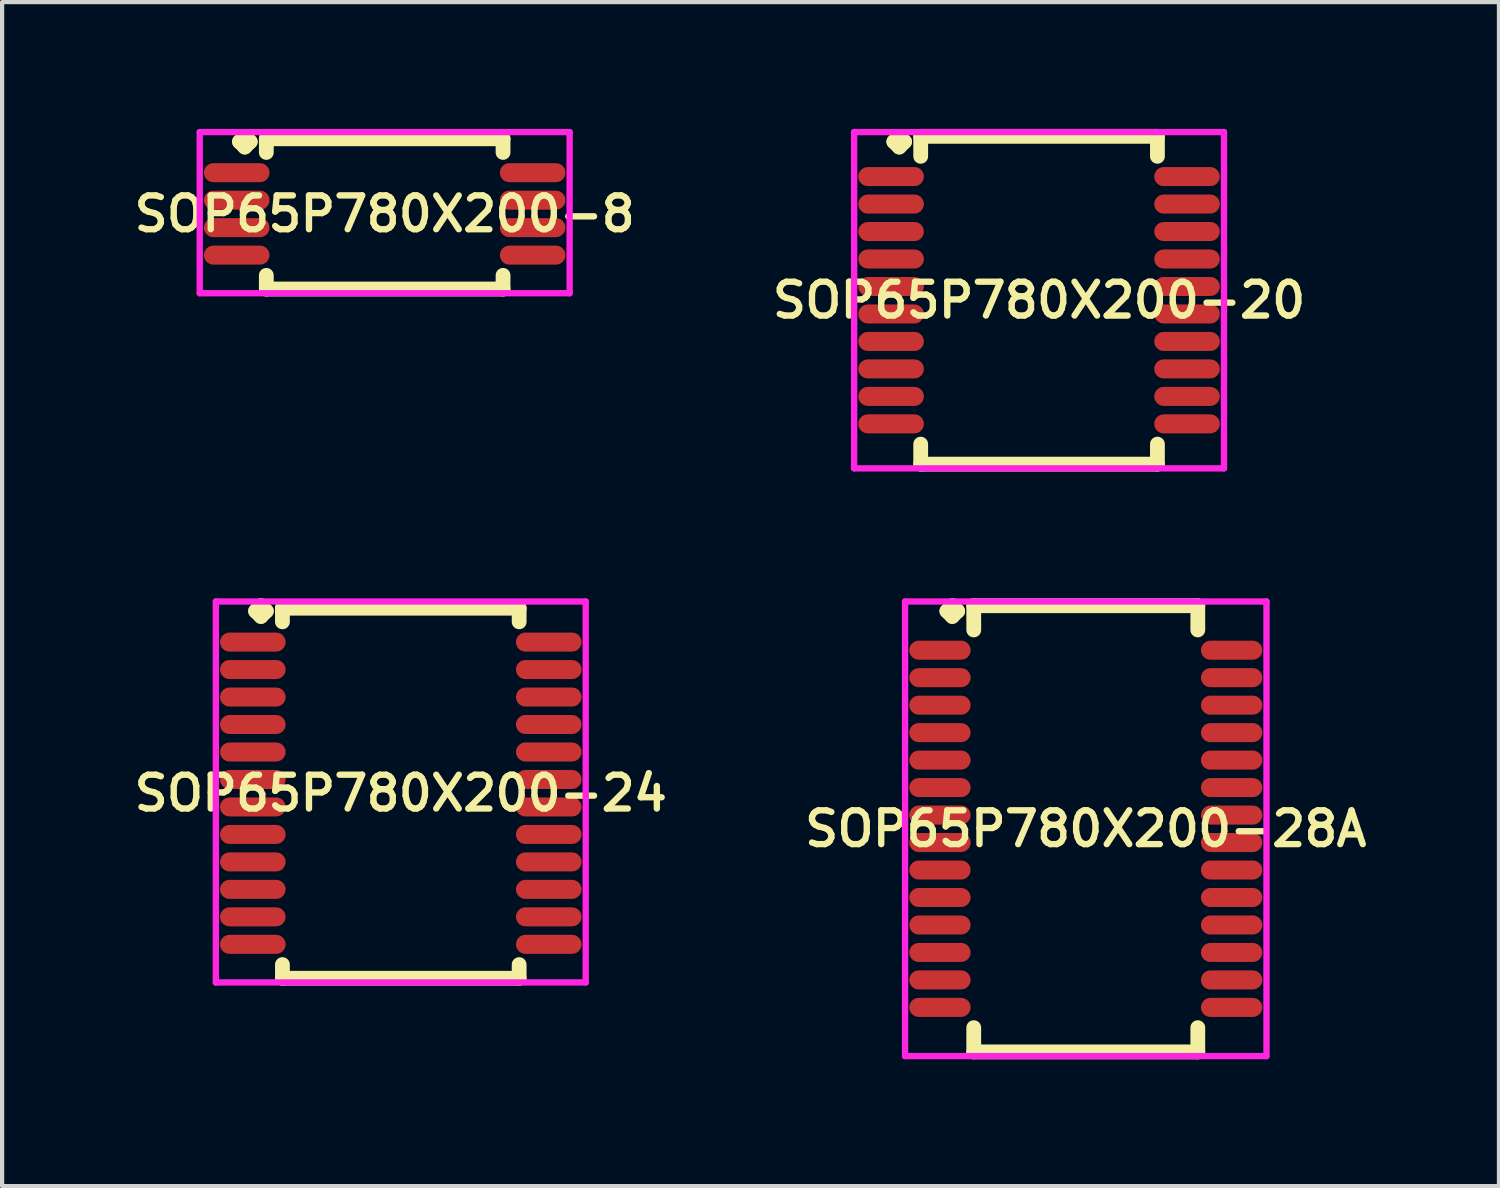
<source format=kicad_pcb>
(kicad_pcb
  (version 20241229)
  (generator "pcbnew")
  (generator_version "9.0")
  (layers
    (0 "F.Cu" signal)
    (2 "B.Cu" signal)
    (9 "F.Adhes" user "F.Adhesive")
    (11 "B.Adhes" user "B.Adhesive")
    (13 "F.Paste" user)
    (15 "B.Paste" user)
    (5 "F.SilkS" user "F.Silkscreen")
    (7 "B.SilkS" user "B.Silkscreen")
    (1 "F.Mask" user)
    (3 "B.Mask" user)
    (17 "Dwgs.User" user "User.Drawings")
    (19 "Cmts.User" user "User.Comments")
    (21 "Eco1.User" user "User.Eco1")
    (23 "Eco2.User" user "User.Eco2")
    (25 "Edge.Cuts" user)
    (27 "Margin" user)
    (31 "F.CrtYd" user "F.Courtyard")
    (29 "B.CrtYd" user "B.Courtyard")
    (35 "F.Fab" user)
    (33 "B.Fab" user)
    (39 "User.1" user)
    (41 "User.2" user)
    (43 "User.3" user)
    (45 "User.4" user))
  (footprint "SOP65P780X200-24"
    (layer "F.Cu")
    (at 6.431 15.714)
    (property "Reference" "SOP65P780X200-24" (at 0 0 0) (layer "F.SilkS") (effects (font (size 0.8 0.8) (thickness 0.15))))
    (attr through_hole)
    (fp_line (start -3.435 -4.308) (end -3.308 -4.435) (stroke (width 0.35) (type solid)) (layer "F.SilkS"))
    (fp_line (start -3.308 -4.435) (end -3.181 -4.308) (stroke (width 0.35) (type solid)) (layer "F.SilkS"))
    (fp_line (start -3.308 -4.181) (end -3.435 -4.308) (stroke (width 0.35) (type solid)) (layer "F.SilkS"))
    (fp_line (start -3.181 -4.308) (end -3.308 -4.181) (stroke (width 0.35) (type solid)) (layer "F.SilkS"))
    (fp_line (start -2.8 -4.377) (end 2.8 -4.377) (stroke (width 0.35) (type solid)) (layer "F.SilkS"))
    (fp_line (start -2.8 -4.054) (end -2.8 -4.377) (stroke (width 0.35) (type solid)) (layer "F.SilkS"))
    (fp_line (start -2.8 4.054) (end -2.8 4.377) (stroke (width 0.35) (type solid)) (layer "F.SilkS"))
    (fp_line (start -2.8 4.377) (end 2.8 4.377) (stroke (width 0.35) (type solid)) (layer "F.SilkS"))
    (fp_line (start 2.8 -4.377) (end 2.8 -4.054) (stroke (width 0.35) (type solid)) (layer "F.SilkS"))
    (fp_line (start 2.8 4.377) (end 2.8 4.054) (stroke (width 0.35) (type solid)) (layer "F.SilkS"))
    (fp_line (start -4.375 -4.535) (end 4.375 -4.535) (stroke (width 0.15) (type solid)) (layer "F.CrtYd"))
    (fp_line (start -4.375 4.477) (end -4.375 -4.535) (stroke (width 0.15) (type solid)) (layer "F.CrtYd"))
    (fp_line (start 4.375 -4.535) (end 4.375 4.477) (stroke (width 0.15) (type solid)) (layer "F.CrtYd"))
    (fp_line (start 4.375 4.477) (end -4.375 4.477) (stroke (width 0.15) (type solid)) (layer "F.CrtYd"))
    (pad "1" smd oval (at -3.5 -3.575) (size 1.55 0.45) (layers "F.Cu" "F.Mask" "F.Paste"))
    (pad "2" smd oval (at -3.5 -2.925) (size 1.55 0.45) (layers "F.Cu" "F.Mask" "F.Paste"))
    (pad "3" smd oval (at -3.5 -2.275) (size 1.55 0.45) (layers "F.Cu" "F.Mask" "F.Paste"))
    (pad "4" smd oval (at -3.5 -1.625) (size 1.55 0.45) (layers "F.Cu" "F.Mask" "F.Paste"))
    (pad "5" smd oval (at -3.5 -0.975) (size 1.55 0.45) (layers "F.Cu" "F.Mask" "F.Paste"))
    (pad "6" smd oval (at -3.5 -0.325) (size 1.55 0.45) (layers "F.Cu" "F.Mask" "F.Paste"))
    (pad "7" smd oval (at -3.5 0.325) (size 1.55 0.45) (layers "F.Cu" "F.Mask" "F.Paste"))
    (pad "8" smd oval (at -3.5 0.975) (size 1.55 0.45) (layers "F.Cu" "F.Mask" "F.Paste"))
    (pad "9" smd oval (at -3.5 1.625) (size 1.55 0.45) (layers "F.Cu" "F.Mask" "F.Paste"))
    (pad "10" smd oval (at -3.5 2.275) (size 1.55 0.45) (layers "F.Cu" "F.Mask" "F.Paste"))
    (pad "11" smd oval (at -3.5 2.925) (size 1.55 0.45) (layers "F.Cu" "F.Mask" "F.Paste"))
    (pad "12" smd oval (at -3.5 3.575) (size 1.55 0.45) (layers "F.Cu" "F.Mask" "F.Paste"))
    (pad "13" smd oval (at 3.5 3.575) (size 1.55 0.45) (layers "F.Cu" "F.Mask" "F.Paste"))
    (pad "14" smd oval (at 3.5 2.925) (size 1.55 0.45) (layers "F.Cu" "F.Mask" "F.Paste"))
    (pad "15" smd oval (at 3.5 2.275) (size 1.55 0.45) (layers "F.Cu" "F.Mask" "F.Paste"))
    (pad "16" smd oval (at 3.5 1.625) (size 1.55 0.45) (layers "F.Cu" "F.Mask" "F.Paste"))
    (pad "17" smd oval (at 3.5 0.975) (size 1.55 0.45) (layers "F.Cu" "F.Mask" "F.Paste"))
    (pad "18" smd oval (at 3.5 0.325) (size 1.55 0.45) (layers "F.Cu" "F.Mask" "F.Paste"))
    (pad "19" smd oval (at 3.5 -0.325) (size 1.55 0.45) (layers "F.Cu" "F.Mask" "F.Paste"))
    (pad "20" smd oval (at 3.5 -0.975) (size 1.55 0.45) (layers "F.Cu" "F.Mask" "F.Paste"))
    (pad "21" smd oval (at 3.5 -1.625) (size 1.55 0.45) (layers "F.Cu" "F.Mask" "F.Paste"))
    (pad "22" smd oval (at 3.5 -2.275) (size 1.55 0.45) (layers "F.Cu" "F.Mask" "F.Paste"))
    (pad "23" smd oval (at 3.5 -2.925) (size 1.55 0.45) (layers "F.Cu" "F.Mask" "F.Paste"))
    (pad "24" smd oval (at 3.5 -3.575) (size 1.55 0.45) (layers "F.Cu" "F.Mask" "F.Paste")))
  (footprint "SOP65P780X200-8"
    (layer "F.Cu")
    (at 6.05 2.01)
    (property "Reference" "SOP65P780X200-8" (at 0 0 0) (layer "F.SilkS") (effects (font (size 0.8 0.8) (thickness 0.15))))
    (attr smd)
    (fp_line (start -3.435 -1.708) (end -3.308 -1.835) (stroke (width 0.35) (type solid)) (layer "F.SilkS"))
    (fp_line (start -3.308 -1.835) (end -3.181 -1.708) (stroke (width 0.35) (type solid)) (layer "F.SilkS"))
    (fp_line (start -3.308 -1.581) (end -3.435 -1.708) (stroke (width 0.35) (type solid)) (layer "F.SilkS"))
    (fp_line (start -3.181 -1.708) (end -3.308 -1.581) (stroke (width 0.35) (type solid)) (layer "F.SilkS"))
    (fp_line (start -2.8 -1.777) (end 2.8 -1.777) (stroke (width 0.35) (type solid)) (layer "F.SilkS"))
    (fp_line (start -2.8 -1.454) (end -2.8 -1.777) (stroke (width 0.35) (type solid)) (layer "F.SilkS"))
    (fp_line (start -2.8 1.454) (end -2.8 1.777) (stroke (width 0.35) (type solid)) (layer "F.SilkS"))
    (fp_line (start -2.8 1.777) (end 2.8 1.777) (stroke (width 0.35) (type solid)) (layer "F.SilkS"))
    (fp_line (start 2.8 -1.777) (end 2.8 -1.454) (stroke (width 0.35) (type solid)) (layer "F.SilkS"))
    (fp_line (start 2.8 1.777) (end 2.8 1.454) (stroke (width 0.35) (type solid)) (layer "F.SilkS"))
    (fp_line (start -4.375 -1.935) (end 4.375 -1.935) (stroke (width 0.15) (type solid)) (layer "F.CrtYd"))
    (fp_line (start -4.375 1.877) (end -4.375 -1.935) (stroke (width 0.15) (type solid)) (layer "F.CrtYd"))
    (fp_line (start 4.375 -1.935) (end 4.375 1.877) (stroke (width 0.15) (type solid)) (layer "F.CrtYd"))
    (fp_line (start 4.375 1.877) (end -4.375 1.877) (stroke (width 0.15) (type solid)) (layer "F.CrtYd"))
    (pad "1" smd oval (at -3.5 -0.975) (size 1.55 0.45) (layers "F.Cu" "F.Mask" "F.Paste"))
    (pad "2" smd oval (at -3.5 -0.325) (size 1.55 0.45) (layers "F.Cu" "F.Mask" "F.Paste"))
    (pad "3" smd oval (at -3.5 0.325) (size 1.55 0.45) (layers "F.Cu" "F.Mask" "F.Paste"))
    (pad "4" smd oval (at -3.5 0.975) (size 1.55 0.45) (layers "F.Cu" "F.Mask" "F.Paste"))
    (pad "5" smd oval (at 3.5 0.975) (size 1.55 0.45) (layers "F.Cu" "F.Mask" "F.Paste"))
    (pad "6" smd oval (at 3.5 0.325) (size 1.55 0.45) (layers "F.Cu" "F.Mask" "F.Paste"))
    (pad "7" smd oval (at 3.5 -0.325) (size 1.55 0.45) (layers "F.Cu" "F.Mask" "F.Paste"))
    (pad "8" smd oval (at 3.5 -0.975) (size 1.55 0.45) (layers "F.Cu" "F.Mask" "F.Paste")))
  (footprint "SOP65P780X200-28A"
    (layer "F.Cu")
    (at 22.635 16.556)
    (property "Reference" "SOP65P780X200-28A" (at 0 0 0) (layer "F.SilkS") (effects (font (size 0.8 0.8) (thickness 0.15))))
    (attr smd)
    (fp_line (start -3.285 -5.15) (end -3.158 -5.277) (stroke (width 0.35) (type solid)) (layer "F.SilkS"))
    (fp_line (start -3.158 -5.277) (end -3.031 -5.15) (stroke (width 0.35) (type solid)) (layer "F.SilkS"))
    (fp_line (start -3.158 -5.023) (end -3.285 -5.15) (stroke (width 0.35) (type solid)) (layer "F.SilkS"))
    (fp_line (start -3.031 -5.15) (end -3.158 -5.023) (stroke (width 0.35) (type solid)) (layer "F.SilkS"))
    (fp_line (start -2.65 -5.277) (end 2.65 -5.277) (stroke (width 0.35) (type solid)) (layer "F.SilkS"))
    (fp_line (start -2.65 -4.704) (end -2.65 -5.277) (stroke (width 0.35) (type solid)) (layer "F.SilkS"))
    (fp_line (start -2.65 4.704) (end -2.65 5.277) (stroke (width 0.35) (type solid)) (layer "F.SilkS"))
    (fp_line (start -2.65 5.277) (end 2.65 5.277) (stroke (width 0.35) (type solid)) (layer "F.SilkS"))
    (fp_line (start 2.65 -5.277) (end 2.65 -4.704) (stroke (width 0.35) (type solid)) (layer "F.SilkS"))
    (fp_line (start 2.65 5.277) (end 2.65 4.704) (stroke (width 0.35) (type solid)) (layer "F.SilkS"))
    (fp_line (start -4.275 -5.377) (end 4.275 -5.377) (stroke (width 0.15) (type solid)) (layer "F.CrtYd"))
    (fp_line (start -4.275 5.377) (end -4.275 -5.377) (stroke (width 0.15) (type solid)) (layer "F.CrtYd"))
    (fp_line (start 4.275 -5.377) (end 4.275 5.377) (stroke (width 0.15) (type solid)) (layer "F.CrtYd"))
    (fp_line (start 4.275 5.377) (end -4.275 5.377) (stroke (width 0.15) (type solid)) (layer "F.CrtYd"))
    (pad "1" smd oval (at -3.45 -4.225) (size 1.45 0.45) (layers "F.Cu" "F.Mask" "F.Paste"))
    (pad "2" smd oval (at -3.45 -3.575) (size 1.45 0.45) (layers "F.Cu" "F.Mask" "F.Paste"))
    (pad "3" smd oval (at -3.45 -2.925) (size 1.45 0.45) (layers "F.Cu" "F.Mask" "F.Paste"))
    (pad "4" smd oval (at -3.45 -2.275) (size 1.45 0.45) (layers "F.Cu" "F.Mask" "F.Paste"))
    (pad "5" smd oval (at -3.45 -1.625) (size 1.45 0.45) (layers "F.Cu" "F.Mask" "F.Paste"))
    (pad "6" smd oval (at -3.45 -0.975) (size 1.45 0.45) (layers "F.Cu" "F.Mask" "F.Paste"))
    (pad "7" smd oval (at -3.45 -0.325) (size 1.45 0.45) (layers "F.Cu" "F.Mask" "F.Paste"))
    (pad "8" smd oval (at -3.45 0.325) (size 1.45 0.45) (layers "F.Cu" "F.Mask" "F.Paste"))
    (pad "9" smd oval (at -3.45 0.975) (size 1.45 0.45) (layers "F.Cu" "F.Mask" "F.Paste"))
    (pad "10" smd oval (at -3.45 1.625) (size 1.45 0.45) (layers "F.Cu" "F.Mask" "F.Paste"))
    (pad "11" smd oval (at -3.45 2.275) (size 1.45 0.45) (layers "F.Cu" "F.Mask" "F.Paste"))
    (pad "12" smd oval (at -3.45 2.925) (size 1.45 0.45) (layers "F.Cu" "F.Mask" "F.Paste"))
    (pad "13" smd oval (at -3.45 3.575) (size 1.45 0.45) (layers "F.Cu" "F.Mask" "F.Paste"))
    (pad "14" smd oval (at -3.45 4.225) (size 1.45 0.45) (layers "F.Cu" "F.Mask" "F.Paste"))
    (pad "15" smd oval (at 3.45 4.225) (size 1.45 0.45) (layers "F.Cu" "F.Mask" "F.Paste"))
    (pad "16" smd oval (at 3.45 3.575) (size 1.45 0.45) (layers "F.Cu" "F.Mask" "F.Paste"))
    (pad "17" smd oval (at 3.45 2.925) (size 1.45 0.45) (layers "F.Cu" "F.Mask" "F.Paste"))
    (pad "18" smd oval (at 3.45 2.275) (size 1.45 0.45) (layers "F.Cu" "F.Mask" "F.Paste"))
    (pad "19" smd oval (at 3.45 1.625) (size 1.45 0.45) (layers "F.Cu" "F.Mask" "F.Paste"))
    (pad "20" smd oval (at 3.45 0.975) (size 1.45 0.45) (layers "F.Cu" "F.Mask" "F.Paste"))
    (pad "21" smd oval (at 3.45 0.325) (size 1.45 0.45) (layers "F.Cu" "F.Mask" "F.Paste"))
    (pad "22" smd oval (at 3.45 -0.325) (size 1.45 0.45) (layers "F.Cu" "F.Mask" "F.Paste"))
    (pad "23" smd oval (at 3.45 -0.975) (size 1.45 0.45) (layers "F.Cu" "F.Mask" "F.Paste"))
    (pad "24" smd oval (at 3.45 -1.625) (size 1.45 0.45) (layers "F.Cu" "F.Mask" "F.Paste"))
    (pad "25" smd oval (at 3.45 -2.275) (size 1.45 0.45) (layers "F.Cu" "F.Mask" "F.Paste"))
    (pad "26" smd oval (at 3.45 -2.925) (size 1.45 0.45) (layers "F.Cu" "F.Mask" "F.Paste"))
    (pad "27" smd oval (at 3.45 -3.575) (size 1.45 0.45) (layers "F.Cu" "F.Mask" "F.Paste"))
    (pad "28" smd oval (at 3.45 -4.225) (size 1.45 0.45) (layers "F.Cu" "F.Mask" "F.Paste")))
  (footprint "SOP65P780X200-20"
    (layer "F.Cu")
    (at 21.53 4.052)
    (property "Reference" "SOP65P780X200-20" (at 0 0 0) (layer "F.SilkS") (effects (font (size 0.8 0.8) (thickness 0.15))))
    (attr smd)
    (fp_line (start -3.435 -3.75) (end -3.308 -3.877) (stroke (width 0.35) (type solid)) (layer "F.SilkS"))
    (fp_line (start -3.308 -3.877) (end -3.181 -3.75) (stroke (width 0.35) (type solid)) (layer "F.SilkS"))
    (fp_line (start -3.308 -3.623) (end -3.435 -3.75) (stroke (width 0.35) (type solid)) (layer "F.SilkS"))
    (fp_line (start -3.181 -3.75) (end -3.308 -3.623) (stroke (width 0.35) (type solid)) (layer "F.SilkS"))
    (fp_line (start -2.8 -3.877) (end 2.8 -3.877) (stroke (width 0.35) (type solid)) (layer "F.SilkS"))
    (fp_line (start -2.8 -3.404) (end -2.8 -3.877) (stroke (width 0.35) (type solid)) (layer "F.SilkS"))
    (fp_line (start -2.8 3.404) (end -2.8 3.877) (stroke (width 0.35) (type solid)) (layer "F.SilkS"))
    (fp_line (start -2.8 3.877) (end 2.8 3.877) (stroke (width 0.35) (type solid)) (layer "F.SilkS"))
    (fp_line (start 2.8 -3.877) (end 2.8 -3.404) (stroke (width 0.35) (type solid)) (layer "F.SilkS"))
    (fp_line (start 2.8 3.877) (end 2.8 3.404) (stroke (width 0.35) (type solid)) (layer "F.SilkS"))
    (fp_line (start -4.375 -3.977) (end 4.375 -3.977) (stroke (width 0.15) (type solid)) (layer "F.CrtYd"))
    (fp_line (start -4.375 3.977) (end -4.375 -3.977) (stroke (width 0.15) (type solid)) (layer "F.CrtYd"))
    (fp_line (start 4.375 -3.977) (end 4.375 3.977) (stroke (width 0.15) (type solid)) (layer "F.CrtYd"))
    (fp_line (start 4.375 3.977) (end -4.375 3.977) (stroke (width 0.15) (type solid)) (layer "F.CrtYd"))
    (pad "1" smd oval (at -3.5 -2.925) (size 1.55 0.45) (layers "F.Cu" "F.Mask" "F.Paste"))
    (pad "2" smd oval (at -3.5 -2.275) (size 1.55 0.45) (layers "F.Cu" "F.Mask" "F.Paste"))
    (pad "3" smd oval (at -3.5 -1.625) (size 1.55 0.45) (layers "F.Cu" "F.Mask" "F.Paste"))
    (pad "4" smd oval (at -3.5 -0.975) (size 1.55 0.45) (layers "F.Cu" "F.Mask" "F.Paste"))
    (pad "5" smd oval (at -3.5 -0.325) (size 1.55 0.45) (layers "F.Cu" "F.Mask" "F.Paste"))
    (pad "6" smd oval (at -3.5 0.325) (size 1.55 0.45) (layers "F.Cu" "F.Mask" "F.Paste"))
    (pad "7" smd oval (at -3.5 0.975) (size 1.55 0.45) (layers "F.Cu" "F.Mask" "F.Paste"))
    (pad "8" smd oval (at -3.5 1.625) (size 1.55 0.45) (layers "F.Cu" "F.Mask" "F.Paste"))
    (pad "9" smd oval (at -3.5 2.275) (size 1.55 0.45) (layers "F.Cu" "F.Mask" "F.Paste"))
    (pad "10" smd oval (at -3.5 2.925) (size 1.55 0.45) (layers "F.Cu" "F.Mask" "F.Paste"))
    (pad "11" smd oval (at 3.5 2.925) (size 1.55 0.45) (layers "F.Cu" "F.Mask" "F.Paste"))
    (pad "12" smd oval (at 3.5 2.275) (size 1.55 0.45) (layers "F.Cu" "F.Mask" "F.Paste"))
    (pad "13" smd oval (at 3.5 1.625) (size 1.55 0.45) (layers "F.Cu" "F.Mask" "F.Paste"))
    (pad "14" smd oval (at 3.5 0.975) (size 1.55 0.45) (layers "F.Cu" "F.Mask" "F.Paste"))
    (pad "15" smd oval (at 3.5 0.325) (size 1.55 0.45) (layers "F.Cu" "F.Mask" "F.Paste"))
    (pad "16" smd oval (at 3.5 -0.325) (size 1.55 0.45) (layers "F.Cu" "F.Mask" "F.Paste"))
    (pad "17" smd oval (at 3.5 -0.975) (size 1.55 0.45) (layers "F.Cu" "F.Mask" "F.Paste"))
    (pad "18" smd oval (at 3.5 -1.625) (size 1.55 0.45) (layers "F.Cu" "F.Mask" "F.Paste"))
    (pad "19" smd oval (at 3.5 -2.275) (size 1.55 0.45) (layers "F.Cu" "F.Mask" "F.Paste"))
    (pad "20" smd oval (at 3.5 -2.925) (size 1.55 0.45) (layers "F.Cu" "F.Mask" "F.Paste")))
  (gr_rect
    (start -3 -3)
    (end 32.409 25.008)
    (stroke (width 0.1) (type default))
    (fill no)
    (layer "Edge.Cuts")))
</source>
